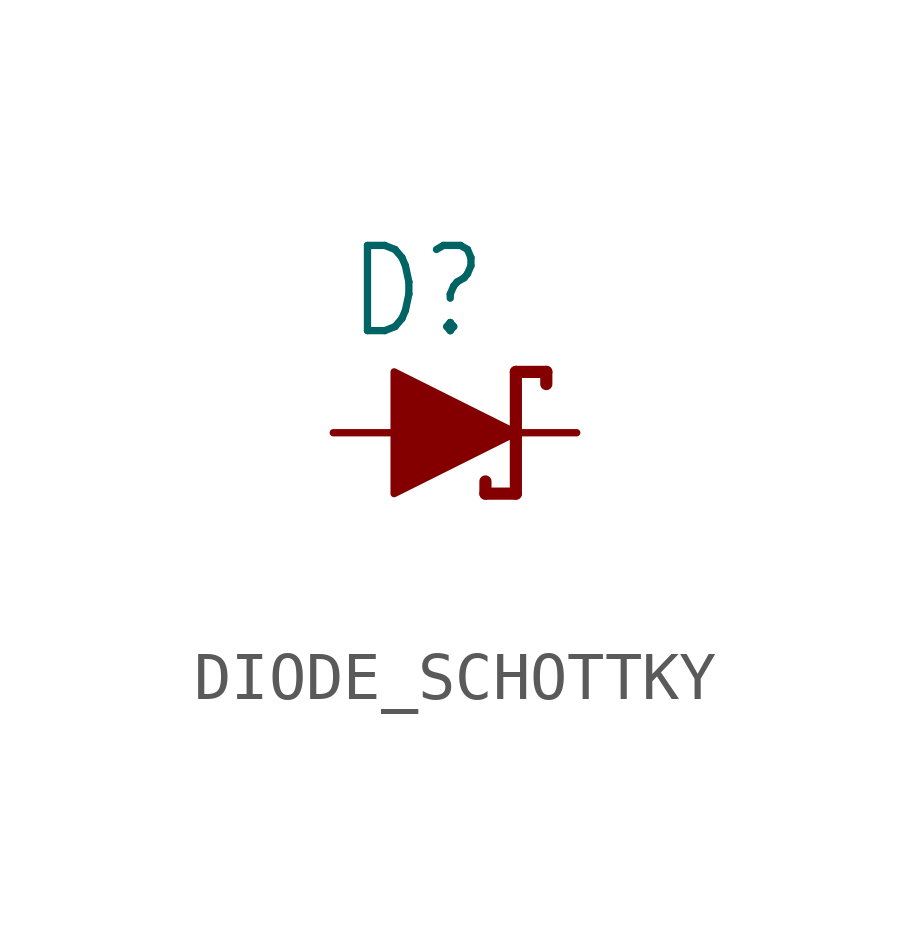
<source format=kicad_sym>
(kicad_symbol_lib
  (version 20231120)
  (generator "kicad_symbol_editor")
  (generator_version "8.0")
  (symbol "DIODE_SCHOTTKY"
    (property "Reference" "D"
      (at -2.286 1.905 0)
      (effects (font (size 1.778 1.511)) (justify left bottom)))
    (property "Value" ""
      (at -2.286 -3.429 0)
      (effects (font (size 1.778 1.511)) (justify left bottom)))
    (property "ki_locked" ""
      (at 0 0 0)
      (effects (font (size 1.27 1.27))))
    (symbol "DIODE_SCHOTTKY_1_0"
      (polyline (pts (xy 0.635 -1.016) (xy 0.635 -1.27)) (stroke (width 0.254) (type solid)) (fill (type none)))
      (polyline (pts (xy 1.27 -1.27) (xy 0.635 -1.27)) (stroke (width 0.254) (type solid)) (fill (type none)))
      (polyline (pts (xy 1.27 0) (xy 1.27 -1.27)) (stroke (width 0.254) (type solid)) (fill (type none)))
      (polyline (pts (xy 1.27 1.27) (xy 1.27 0)) (stroke (width 0.254) (type solid)) (fill (type none)))
      (polyline (pts (xy 1.905 1.27) (xy 1.27 1.27)) (stroke (width 0.254) (type solid)) (fill (type none)))
      (polyline (pts (xy 1.905 1.27) (xy 1.905 1.016)) (stroke (width 0.254) (type solid)) (fill (type none)))
      (pin passive line (at -2.54 0 0) (length 2.54) (name "A" (effects (font (size 0 0)))) (number "A" (effects (font (size 0 0)))))
      (pin passive line (at 2.54 0 180) (length 2.54) (name "C" (effects (font (size 0 0)))) (number "C" (effects (font (size 0 0))))))
    (symbol "DIODE_SCHOTTKY_1_1"
      (polyline (pts (xy 1.27 0) (xy -1.27 -1.27) (xy -1.27 1.27) (xy 1.27 0)) (stroke (width 0) (type default)) (fill (type outline))))))
</source>
